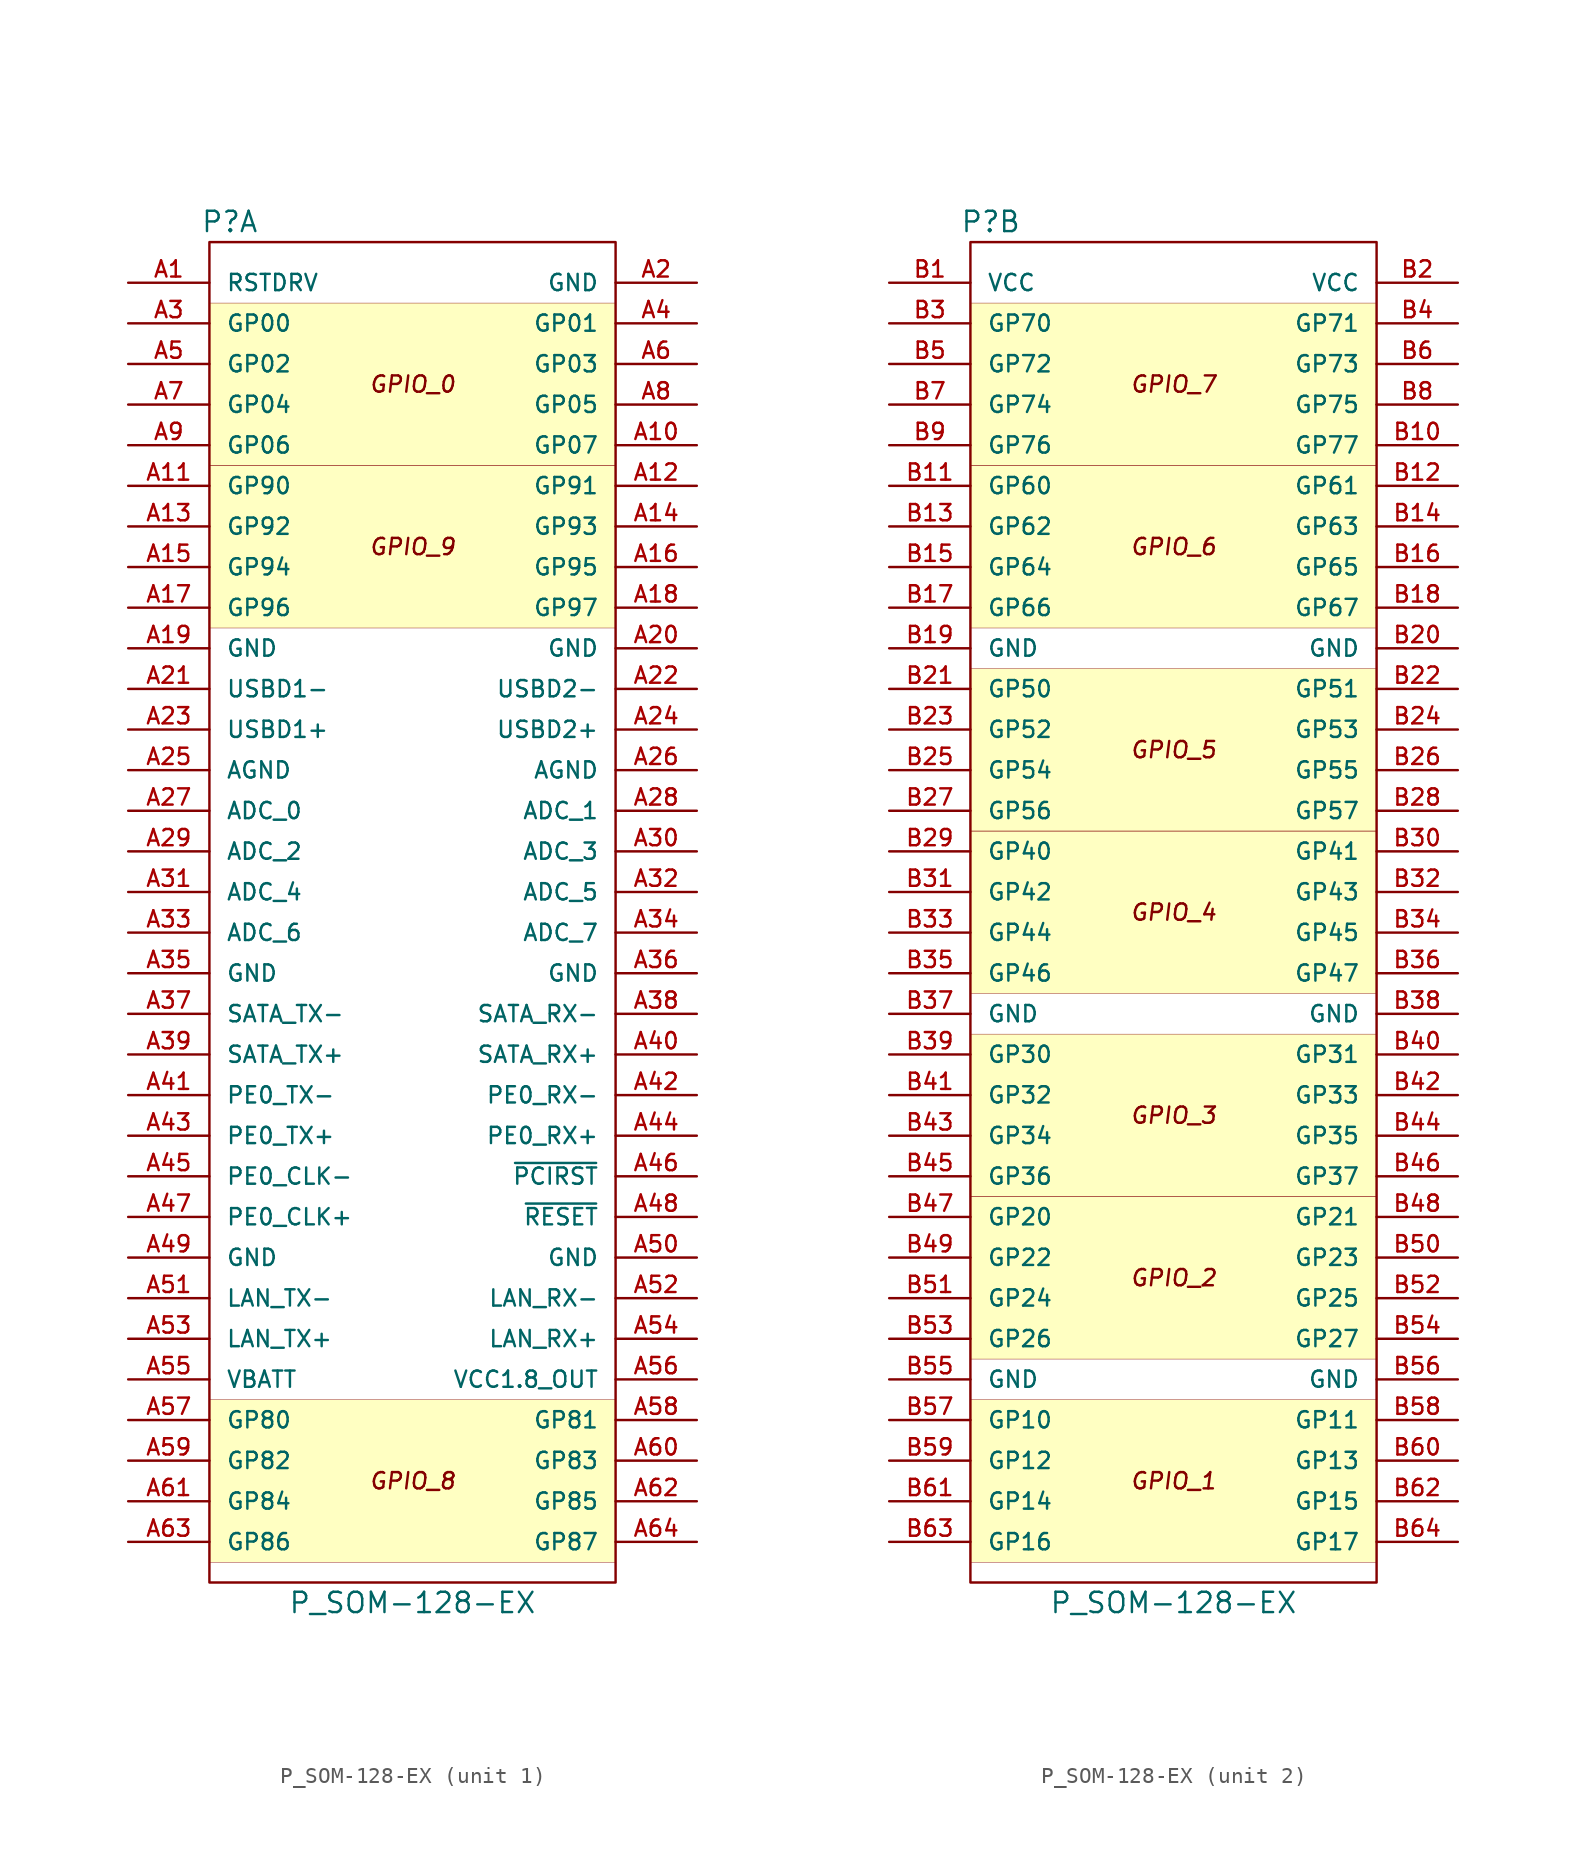
<source format=kicad_sym>
(kicad_symbol_lib
  (version 20220914)
  (generator kicad_symbol_editor)
  (symbol "P_SOM-128-EX"
    (pin_names
      (offset 1.016))
    (property "Reference" "P"
      (at -11.43 43.18 0)
      (effects (font (size 1.27 1.27))))
    (property "Value" "P_SOM-128-EX"
      (at 0 -43.18 0)
      (effects (font (size 1.27 1.27))))
    (symbol "P_SOM-128-EX_1_0"
      (text "GPIO_0" (at 0 33.02 0) (effects (font (size 1.016 1.016) italic)))
      (text "GPIO_8" (at 0 -35.56 0) (effects (font (size 1.016 1.016) italic)))
      (text "GPIO_9" (at 0 22.86 0) (effects (font (size 1.016 1.016) italic))))
    (symbol "P_SOM-128-EX_1_1"
      (rectangle (start -12.7 -30.48) (end 12.7 -40.64) (stroke (width 0.025) (type default)) (fill (type background)))
      (rectangle (start -12.7 17.78) (end 12.7 27.94) (stroke (width 0.025) (type default)) (fill (type background)))
      (rectangle (start -12.7 38.1) (end 12.7 27.94) (stroke (width 0.025) (type default)) (fill (type background)))
      (rectangle (start -12.7 41.91) (end 12.7 -41.91) (stroke (width 0) (type default)) (fill (type none)))
      (pin passive line (at -17.78 39.37 0) (length 5.08) (name "RSTDRV" (effects (font (size 1.016 1.016)))) (number "A1" (effects (font (size 1.016 1.016)))))
      (pin passive line (at 17.78 29.21 180) (length 5.08) (name "GP07" (effects (font (size 1.016 1.016)))) (number "A10" (effects (font (size 1.016 1.016)))))
      (pin passive line (at -17.78 26.67 0) (length 5.08) (name "GP90" (effects (font (size 1.016 1.016)))) (number "A11" (effects (font (size 1.016 1.016)))))
      (pin passive line (at 17.78 26.67 180) (length 5.08) (name "GP91" (effects (font (size 1.016 1.016)))) (number "A12" (effects (font (size 1.016 1.016)))))
      (pin passive line (at -17.78 24.13 0) (length 5.08) (name "GP92" (effects (font (size 1.016 1.016)))) (number "A13" (effects (font (size 1.016 1.016)))))
      (pin passive line (at 17.78 24.13 180) (length 5.08) (name "GP93" (effects (font (size 1.016 1.016)))) (number "A14" (effects (font (size 1.016 1.016)))))
      (pin passive line (at -17.78 21.59 0) (length 5.08) (name "GP94" (effects (font (size 1.016 1.016)))) (number "A15" (effects (font (size 1.016 1.016)))))
      (pin passive line (at 17.78 21.59 180) (length 5.08) (name "GP95" (effects (font (size 1.016 1.016)))) (number "A16" (effects (font (size 1.016 1.016)))))
      (pin passive line (at -17.78 19.05 0) (length 5.08) (name "GP96" (effects (font (size 1.016 1.016)))) (number "A17" (effects (font (size 1.016 1.016)))))
      (pin passive line (at 17.78 19.05 180) (length 5.08) (name "GP97" (effects (font (size 1.016 1.016)))) (number "A18" (effects (font (size 1.016 1.016)))))
      (pin passive line (at -17.78 16.51 0) (length 5.08) (name "GND" (effects (font (size 1.016 1.016)))) (number "A19" (effects (font (size 1.016 1.016)))))
      (pin passive line (at 17.78 39.37 180) (length 5.08) (name "GND" (effects (font (size 1.016 1.016)))) (number "A2" (effects (font (size 1.016 1.016)))))
      (pin passive line (at 17.78 16.51 180) (length 5.08) (name "GND" (effects (font (size 1.016 1.016)))) (number "A20" (effects (font (size 1.016 1.016)))))
      (pin passive line (at -17.78 13.97 0) (length 5.08) (name "USBD1-" (effects (font (size 1.016 1.016)))) (number "A21" (effects (font (size 1.016 1.016)))))
      (pin passive line (at 17.78 13.97 180) (length 5.08) (name "USBD2-" (effects (font (size 1.016 1.016)))) (number "A22" (effects (font (size 1.016 1.016)))))
      (pin passive line (at -17.78 11.43 0) (length 5.08) (name "USBD1+" (effects (font (size 1.016 1.016)))) (number "A23" (effects (font (size 1.016 1.016)))))
      (pin passive line (at 17.78 11.43 180) (length 5.08) (name "USBD2+" (effects (font (size 1.016 1.016)))) (number "A24" (effects (font (size 1.016 1.016)))))
      (pin passive line (at -17.78 8.89 0) (length 5.08) (name "AGND" (effects (font (size 1.016 1.016)))) (number "A25" (effects (font (size 1.016 1.016)))))
      (pin passive line (at 17.78 8.89 180) (length 5.08) (name "AGND" (effects (font (size 1.016 1.016)))) (number "A26" (effects (font (size 1.016 1.016)))))
      (pin passive line (at -17.78 6.35 0) (length 5.08) (name "ADC_0" (effects (font (size 1.016 1.016)))) (number "A27" (effects (font (size 1.016 1.016)))))
      (pin passive line (at 17.78 6.35 180) (length 5.08) (name "ADC_1" (effects (font (size 1.016 1.016)))) (number "A28" (effects (font (size 1.016 1.016)))))
      (pin passive line (at -17.78 3.81 0) (length 5.08) (name "ADC_2" (effects (font (size 1.016 1.016)))) (number "A29" (effects (font (size 1.016 1.016)))))
      (pin passive line (at -17.78 36.83 0) (length 5.08) (name "GP00" (effects (font (size 1.016 1.016)))) (number "A3" (effects (font (size 1.016 1.016)))))
      (pin passive line (at 17.78 3.81 180) (length 5.08) (name "ADC_3" (effects (font (size 1.016 1.016)))) (number "A30" (effects (font (size 1.016 1.016)))))
      (pin passive line (at -17.78 1.27 0) (length 5.08) (name "ADC_4" (effects (font (size 1.016 1.016)))) (number "A31" (effects (font (size 1.016 1.016)))))
      (pin passive line (at 17.78 1.27 180) (length 5.08) (name "ADC_5" (effects (font (size 1.016 1.016)))) (number "A32" (effects (font (size 1.016 1.016)))))
      (pin passive line (at -17.78 -1.27 0) (length 5.08) (name "ADC_6" (effects (font (size 1.016 1.016)))) (number "A33" (effects (font (size 1.016 1.016)))))
      (pin passive line (at 17.78 -1.27 180) (length 5.08) (name "ADC_7" (effects (font (size 1.016 1.016)))) (number "A34" (effects (font (size 1.016 1.016)))))
      (pin passive line (at -17.78 -3.81 0) (length 5.08) (name "GND" (effects (font (size 1.016 1.016)))) (number "A35" (effects (font (size 1.016 1.016)))))
      (pin passive line (at 17.78 -3.81 180) (length 5.08) (name "GND" (effects (font (size 1.016 1.016)))) (number "A36" (effects (font (size 1.016 1.016)))))
      (pin passive line (at -17.78 -6.35 0) (length 5.08) (name "SATA_TX-" (effects (font (size 1.016 1.016)))) (number "A37" (effects (font (size 1.016 1.016)))))
      (pin passive line (at 17.78 -6.35 180) (length 5.08) (name "SATA_RX-" (effects (font (size 1.016 1.016)))) (number "A38" (effects (font (size 1.016 1.016)))))
      (pin passive line (at -17.78 -8.89 0) (length 5.08) (name "SATA_TX+" (effects (font (size 1.016 1.016)))) (number "A39" (effects (font (size 1.016 1.016)))))
      (pin passive line (at 17.78 36.83 180) (length 5.08) (name "GP01" (effects (font (size 1.016 1.016)))) (number "A4" (effects (font (size 1.016 1.016)))))
      (pin passive line (at 17.78 -8.89 180) (length 5.08) (name "SATA_RX+" (effects (font (size 1.016 1.016)))) (number "A40" (effects (font (size 1.016 1.016)))))
      (pin passive line (at -17.78 -11.43 0) (length 5.08) (name "PE0_TX-" (effects (font (size 1.016 1.016)))) (number "A41" (effects (font (size 1.016 1.016)))))
      (pin passive line (at 17.78 -11.43 180) (length 5.08) (name "PE0_RX-" (effects (font (size 1.016 1.016)))) (number "A42" (effects (font (size 1.016 1.016)))))
      (pin passive line (at -17.78 -13.97 0) (length 5.08) (name "PE0_TX+" (effects (font (size 1.016 1.016)))) (number "A43" (effects (font (size 1.016 1.016)))))
      (pin passive line (at 17.78 -13.97 180) (length 5.08) (name "PE0_RX+" (effects (font (size 1.016 1.016)))) (number "A44" (effects (font (size 1.016 1.016)))))
      (pin passive line (at -17.78 -16.51 0) (length 5.08) (name "PE0_CLK-" (effects (font (size 1.016 1.016)))) (number "A45" (effects (font (size 1.016 1.016)))))
      (pin passive line (at 17.78 -16.51 180) (length 5.08) (name "~{PCIRST}" (effects (font (size 1.016 1.016)))) (number "A46" (effects (font (size 1.016 1.016)))))
      (pin passive line (at -17.78 -19.05 0) (length 5.08) (name "PE0_CLK+" (effects (font (size 1.016 1.016)))) (number "A47" (effects (font (size 1.016 1.016)))))
      (pin passive line (at 17.78 -19.05 180) (length 5.08) (name "~{RESET}" (effects (font (size 1.016 1.016)))) (number "A48" (effects (font (size 1.016 1.016)))))
      (pin passive line (at -17.78 -21.59 0) (length 5.08) (name "GND" (effects (font (size 1.016 1.016)))) (number "A49" (effects (font (size 1.016 1.016)))))
      (pin passive line (at -17.78 34.29 0) (length 5.08) (name "GP02" (effects (font (size 1.016 1.016)))) (number "A5" (effects (font (size 1.016 1.016)))))
      (pin passive line (at 17.78 -21.59 180) (length 5.08) (name "GND" (effects (font (size 1.016 1.016)))) (number "A50" (effects (font (size 1.016 1.016)))))
      (pin passive line (at -17.78 -24.13 0) (length 5.08) (name "LAN_TX-" (effects (font (size 1.016 1.016)))) (number "A51" (effects (font (size 1.016 1.016)))))
      (pin passive line (at 17.78 -24.13 180) (length 5.08) (name "LAN_RX-" (effects (font (size 1.016 1.016)))) (number "A52" (effects (font (size 1.016 1.016)))))
      (pin passive line (at -17.78 -26.67 0) (length 5.08) (name "LAN_TX+" (effects (font (size 1.016 1.016)))) (number "A53" (effects (font (size 1.016 1.016)))))
      (pin passive line (at 17.78 -26.67 180) (length 5.08) (name "LAN_RX+" (effects (font (size 1.016 1.016)))) (number "A54" (effects (font (size 1.016 1.016)))))
      (pin passive line (at -17.78 -29.21 0) (length 5.08) (name "VBATT" (effects (font (size 1.016 1.016)))) (number "A55" (effects (font (size 1.016 1.016)))))
      (pin passive line (at 17.78 -29.21 180) (length 5.08) (name "VCC1.8_OUT" (effects (font (size 1.016 1.016)))) (number "A56" (effects (font (size 1.016 1.016)))))
      (pin passive line (at -17.78 -31.75 0) (length 5.08) (name "GP80" (effects (font (size 1.016 1.016)))) (number "A57" (effects (font (size 1.016 1.016)))))
      (pin passive line (at 17.78 -31.75 180) (length 5.08) (name "GP81" (effects (font (size 1.016 1.016)))) (number "A58" (effects (font (size 1.016 1.016)))))
      (pin passive line (at -17.78 -34.29 0) (length 5.08) (name "GP82" (effects (font (size 1.016 1.016)))) (number "A59" (effects (font (size 1.016 1.016)))))
      (pin passive line (at 17.78 34.29 180) (length 5.08) (name "GP03" (effects (font (size 1.016 1.016)))) (number "A6" (effects (font (size 1.016 1.016)))))
      (pin passive line (at 17.78 -34.29 180) (length 5.08) (name "GP83" (effects (font (size 1.016 1.016)))) (number "A60" (effects (font (size 1.016 1.016)))))
      (pin passive line (at -17.78 -36.83 0) (length 5.08) (name "GP84" (effects (font (size 1.016 1.016)))) (number "A61" (effects (font (size 1.016 1.016)))))
      (pin passive line (at 17.78 -36.83 180) (length 5.08) (name "GP85" (effects (font (size 1.016 1.016)))) (number "A62" (effects (font (size 1.016 1.016)))))
      (pin passive line (at -17.78 -39.37 0) (length 5.08) (name "GP86" (effects (font (size 1.016 1.016)))) (number "A63" (effects (font (size 1.016 1.016)))))
      (pin passive line (at 17.78 -39.37 180) (length 5.08) (name "GP87" (effects (font (size 1.016 1.016)))) (number "A64" (effects (font (size 1.016 1.016)))))
      (pin passive line (at -17.78 31.75 0) (length 5.08) (name "GP04" (effects (font (size 1.016 1.016)))) (number "A7" (effects (font (size 1.016 1.016)))))
      (pin passive line (at 17.78 31.75 180) (length 5.08) (name "GP05" (effects (font (size 1.016 1.016)))) (number "A8" (effects (font (size 1.016 1.016)))))
      (pin passive line (at -17.78 29.21 0) (length 5.08) (name "GP06" (effects (font (size 1.016 1.016)))) (number "A9" (effects (font (size 1.016 1.016))))))
    (symbol "P_SOM-128-EX_2_0"
      (rectangle (start -12.7 -30.48) (end 12.7 -40.64) (stroke (width 0.025) (type default)) (fill (type background)))
      (rectangle (start -12.7 -17.78) (end 12.7 -27.94) (stroke (width 0.025) (type default)) (fill (type background)))
      (rectangle (start -12.7 -7.62) (end 12.7 -17.78) (stroke (width 0.025) (type default)) (fill (type background)))
      (rectangle (start -12.7 5.08) (end 12.7 -5.08) (stroke (width 0.025) (type default)) (fill (type background)))
      (rectangle (start -12.7 15.24) (end 12.7 5.08) (stroke (width 0.025) (type default)) (fill (type background)))
      (rectangle (start -12.7 17.78) (end 12.7 27.94) (stroke (width 0.025) (type default)) (fill (type background)))
      (rectangle (start -12.7 38.1) (end 12.7 27.94) (stroke (width 0.025) (type default)) (fill (type background)))
      (rectangle (start -12.7 41.91) (end 12.7 -41.91) (stroke (width 0) (type default)) (fill (type none)))
      (text "GPIO_7" (at 0 33.02 0) (effects (font (size 1.016 1.016) italic))))
    (symbol "P_SOM-128-EX_2_1"
      (text "GPIO_1" (at 0 -35.56 0) (effects (font (size 1.016 1.016) italic)))
      (text "GPIO_2" (at 0 -22.86 0) (effects (font (size 1.016 1.016) italic)))
      (text "GPIO_3" (at 0 -12.7 0) (effects (font (size 1.016 1.016) italic)))
      (text "GPIO_4" (at 0 0 0) (effects (font (size 1.016 1.016) italic)))
      (text "GPIO_5" (at 0 10.16 0) (effects (font (size 1.016 1.016) italic)))
      (text "GPIO_6" (at 0 22.86 0) (effects (font (size 1.016 1.016) italic)))
      (pin passive line (at -17.78 39.37 0) (length 5.08) (name "VCC" (effects (font (size 1.016 1.016)))) (number "B1" (effects (font (size 1.016 1.016)))))
      (pin passive line (at 17.78 29.21 180) (length 5.08) (name "GP77" (effects (font (size 1.016 1.016)))) (number "B10" (effects (font (size 1.016 1.016)))))
      (pin passive line (at -17.78 26.67 0) (length 5.08) (name "GP60" (effects (font (size 1.016 1.016)))) (number "B11" (effects (font (size 1.016 1.016)))))
      (pin passive line (at 17.78 26.67 180) (length 5.08) (name "GP61" (effects (font (size 1.016 1.016)))) (number "B12" (effects (font (size 1.016 1.016)))))
      (pin passive line (at -17.78 24.13 0) (length 5.08) (name "GP62" (effects (font (size 1.016 1.016)))) (number "B13" (effects (font (size 1.016 1.016)))))
      (pin passive line (at 17.78 24.13 180) (length 5.08) (name "GP63" (effects (font (size 1.016 1.016)))) (number "B14" (effects (font (size 1.016 1.016)))))
      (pin passive line (at -17.78 21.59 0) (length 5.08) (name "GP64" (effects (font (size 1.016 1.016)))) (number "B15" (effects (font (size 1.016 1.016)))))
      (pin passive line (at 17.78 21.59 180) (length 5.08) (name "GP65" (effects (font (size 1.016 1.016)))) (number "B16" (effects (font (size 1.016 1.016)))))
      (pin passive line (at -17.78 19.05 0) (length 5.08) (name "GP66" (effects (font (size 1.016 1.016)))) (number "B17" (effects (font (size 1.016 1.016)))))
      (pin passive line (at 17.78 19.05 180) (length 5.08) (name "GP67" (effects (font (size 1.016 1.016)))) (number "B18" (effects (font (size 1.016 1.016)))))
      (pin passive line (at -17.78 16.51 0) (length 5.08) (name "GND" (effects (font (size 1.016 1.016)))) (number "B19" (effects (font (size 1.016 1.016)))))
      (pin passive line (at 17.78 39.37 180) (length 5.08) (name "VCC" (effects (font (size 1.016 1.016)))) (number "B2" (effects (font (size 1.016 1.016)))))
      (pin passive line (at 17.78 16.51 180) (length 5.08) (name "GND" (effects (font (size 1.016 1.016)))) (number "B20" (effects (font (size 1.016 1.016)))))
      (pin passive line (at -17.78 13.97 0) (length 5.08) (name "GP50" (effects (font (size 1.016 1.016)))) (number "B21" (effects (font (size 1.016 1.016)))))
      (pin passive line (at 17.78 13.97 180) (length 5.08) (name "GP51" (effects (font (size 1.016 1.016)))) (number "B22" (effects (font (size 1.016 1.016)))))
      (pin passive line (at -17.78 11.43 0) (length 5.08) (name "GP52" (effects (font (size 1.016 1.016)))) (number "B23" (effects (font (size 1.016 1.016)))))
      (pin passive line (at 17.78 11.43 180) (length 5.08) (name "GP53" (effects (font (size 1.016 1.016)))) (number "B24" (effects (font (size 1.016 1.016)))))
      (pin passive line (at -17.78 8.89 0) (length 5.08) (name "GP54" (effects (font (size 1.016 1.016)))) (number "B25" (effects (font (size 1.016 1.016)))))
      (pin passive line (at 17.78 8.89 180) (length 5.08) (name "GP55" (effects (font (size 1.016 1.016)))) (number "B26" (effects (font (size 1.016 1.016)))))
      (pin passive line (at -17.78 6.35 0) (length 5.08) (name "GP56" (effects (font (size 1.016 1.016)))) (number "B27" (effects (font (size 1.016 1.016)))))
      (pin passive line (at 17.78 6.35 180) (length 5.08) (name "GP57" (effects (font (size 1.016 1.016)))) (number "B28" (effects (font (size 1.016 1.016)))))
      (pin passive line (at -17.78 3.81 0) (length 5.08) (name "GP40" (effects (font (size 1.016 1.016)))) (number "B29" (effects (font (size 1.016 1.016)))))
      (pin passive line (at -17.78 36.83 0) (length 5.08) (name "GP70" (effects (font (size 1.016 1.016)))) (number "B3" (effects (font (size 1.016 1.016)))))
      (pin passive line (at 17.78 3.81 180) (length 5.08) (name "GP41" (effects (font (size 1.016 1.016)))) (number "B30" (effects (font (size 1.016 1.016)))))
      (pin passive line (at -17.78 1.27 0) (length 5.08) (name "GP42" (effects (font (size 1.016 1.016)))) (number "B31" (effects (font (size 1.016 1.016)))))
      (pin passive line (at 17.78 1.27 180) (length 5.08) (name "GP43" (effects (font (size 1.016 1.016)))) (number "B32" (effects (font (size 1.016 1.016)))))
      (pin passive line (at -17.78 -1.27 0) (length 5.08) (name "GP44" (effects (font (size 1.016 1.016)))) (number "B33" (effects (font (size 1.016 1.016)))))
      (pin passive line (at 17.78 -1.27 180) (length 5.08) (name "GP45" (effects (font (size 1.016 1.016)))) (number "B34" (effects (font (size 1.016 1.016)))))
      (pin passive line (at -17.78 -3.81 0) (length 5.08) (name "GP46" (effects (font (size 1.016 1.016)))) (number "B35" (effects (font (size 1.016 1.016)))))
      (pin passive line (at 17.78 -3.81 180) (length 5.08) (name "GP47" (effects (font (size 1.016 1.016)))) (number "B36" (effects (font (size 1.016 1.016)))))
      (pin passive line (at -17.78 -6.35 0) (length 5.08) (name "GND" (effects (font (size 1.016 1.016)))) (number "B37" (effects (font (size 1.016 1.016)))))
      (pin passive line (at 17.78 -6.35 180) (length 5.08) (name "GND" (effects (font (size 1.016 1.016)))) (number "B38" (effects (font (size 1.016 1.016)))))
      (pin passive line (at -17.78 -8.89 0) (length 5.08) (name "GP30" (effects (font (size 1.016 1.016)))) (number "B39" (effects (font (size 1.016 1.016)))))
      (pin passive line (at 17.78 36.83 180) (length 5.08) (name "GP71" (effects (font (size 1.016 1.016)))) (number "B4" (effects (font (size 1.016 1.016)))))
      (pin passive line (at 17.78 -8.89 180) (length 5.08) (name "GP31" (effects (font (size 1.016 1.016)))) (number "B40" (effects (font (size 1.016 1.016)))))
      (pin passive line (at -17.78 -11.43 0) (length 5.08) (name "GP32" (effects (font (size 1.016 1.016)))) (number "B41" (effects (font (size 1.016 1.016)))))
      (pin passive line (at 17.78 -11.43 180) (length 5.08) (name "GP33" (effects (font (size 1.016 1.016)))) (number "B42" (effects (font (size 1.016 1.016)))))
      (pin passive line (at -17.78 -13.97 0) (length 5.08) (name "GP34" (effects (font (size 1.016 1.016)))) (number "B43" (effects (font (size 1.016 1.016)))))
      (pin passive line (at 17.78 -13.97 180) (length 5.08) (name "GP35" (effects (font (size 1.016 1.016)))) (number "B44" (effects (font (size 1.016 1.016)))))
      (pin passive line (at -17.78 -16.51 0) (length 5.08) (name "GP36" (effects (font (size 1.016 1.016)))) (number "B45" (effects (font (size 1.016 1.016)))))
      (pin passive line (at 17.78 -16.51 180) (length 5.08) (name "GP37" (effects (font (size 1.016 1.016)))) (number "B46" (effects (font (size 1.016 1.016)))))
      (pin passive line (at -17.78 -19.05 0) (length 5.08) (name "GP20" (effects (font (size 1.016 1.016)))) (number "B47" (effects (font (size 1.016 1.016)))))
      (pin passive line (at 17.78 -19.05 180) (length 5.08) (name "GP21" (effects (font (size 1.016 1.016)))) (number "B48" (effects (font (size 1.016 1.016)))))
      (pin passive line (at -17.78 -21.59 0) (length 5.08) (name "GP22" (effects (font (size 1.016 1.016)))) (number "B49" (effects (font (size 1.016 1.016)))))
      (pin passive line (at -17.78 34.29 0) (length 5.08) (name "GP72" (effects (font (size 1.016 1.016)))) (number "B5" (effects (font (size 1.016 1.016)))))
      (pin passive line (at 17.78 -21.59 180) (length 5.08) (name "GP23" (effects (font (size 1.016 1.016)))) (number "B50" (effects (font (size 1.016 1.016)))))
      (pin passive line (at -17.78 -24.13 0) (length 5.08) (name "GP24" (effects (font (size 1.016 1.016)))) (number "B51" (effects (font (size 1.016 1.016)))))
      (pin passive line (at 17.78 -24.13 180) (length 5.08) (name "GP25" (effects (font (size 1.016 1.016)))) (number "B52" (effects (font (size 1.016 1.016)))))
      (pin passive line (at -17.78 -26.67 0) (length 5.08) (name "GP26" (effects (font (size 1.016 1.016)))) (number "B53" (effects (font (size 1.016 1.016)))))
      (pin passive line (at 17.78 -26.67 180) (length 5.08) (name "GP27" (effects (font (size 1.016 1.016)))) (number "B54" (effects (font (size 1.016 1.016)))))
      (pin passive line (at -17.78 -29.21 0) (length 5.08) (name "GND" (effects (font (size 1.016 1.016)))) (number "B55" (effects (font (size 1.016 1.016)))))
      (pin passive line (at 17.78 -29.21 180) (length 5.08) (name "GND" (effects (font (size 1.016 1.016)))) (number "B56" (effects (font (size 1.016 1.016)))))
      (pin passive line (at -17.78 -31.75 0) (length 5.08) (name "GP10" (effects (font (size 1.016 1.016)))) (number "B57" (effects (font (size 1.016 1.016)))))
      (pin passive line (at 17.78 -31.75 180) (length 5.08) (name "GP11" (effects (font (size 1.016 1.016)))) (number "B58" (effects (font (size 1.016 1.016)))))
      (pin passive line (at -17.78 -34.29 0) (length 5.08) (name "GP12" (effects (font (size 1.016 1.016)))) (number "B59" (effects (font (size 1.016 1.016)))))
      (pin passive line (at 17.78 34.29 180) (length 5.08) (name "GP73" (effects (font (size 1.016 1.016)))) (number "B6" (effects (font (size 1.016 1.016)))))
      (pin passive line (at 17.78 -34.29 180) (length 5.08) (name "GP13" (effects (font (size 1.016 1.016)))) (number "B60" (effects (font (size 1.016 1.016)))))
      (pin passive line (at -17.78 -36.83 0) (length 5.08) (name "GP14" (effects (font (size 1.016 1.016)))) (number "B61" (effects (font (size 1.016 1.016)))))
      (pin passive line (at 17.78 -36.83 180) (length 5.08) (name "GP15" (effects (font (size 1.016 1.016)))) (number "B62" (effects (font (size 1.016 1.016)))))
      (pin passive line (at -17.78 -39.37 0) (length 5.08) (name "GP16" (effects (font (size 1.016 1.016)))) (number "B63" (effects (font (size 1.016 1.016)))))
      (pin passive line (at 17.78 -39.37 180) (length 5.08) (name "GP17" (effects (font (size 1.016 1.016)))) (number "B64" (effects (font (size 1.016 1.016)))))
      (pin passive line (at -17.78 31.75 0) (length 5.08) (name "GP74" (effects (font (size 1.016 1.016)))) (number "B7" (effects (font (size 1.016 1.016)))))
      (pin passive line (at 17.78 31.75 180) (length 5.08) (name "GP75" (effects (font (size 1.016 1.016)))) (number "B8" (effects (font (size 1.016 1.016)))))
      (pin passive line (at -17.78 29.21 0) (length 5.08) (name "GP76" (effects (font (size 1.016 1.016)))) (number "B9" (effects (font (size 1.016 1.016))))))))
</source>
